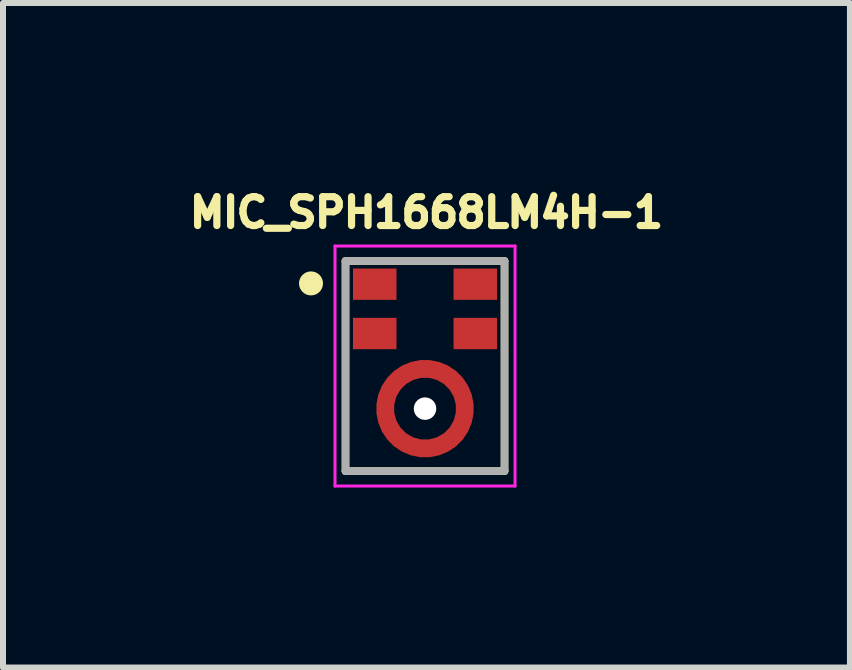
<source format=kicad_pcb>
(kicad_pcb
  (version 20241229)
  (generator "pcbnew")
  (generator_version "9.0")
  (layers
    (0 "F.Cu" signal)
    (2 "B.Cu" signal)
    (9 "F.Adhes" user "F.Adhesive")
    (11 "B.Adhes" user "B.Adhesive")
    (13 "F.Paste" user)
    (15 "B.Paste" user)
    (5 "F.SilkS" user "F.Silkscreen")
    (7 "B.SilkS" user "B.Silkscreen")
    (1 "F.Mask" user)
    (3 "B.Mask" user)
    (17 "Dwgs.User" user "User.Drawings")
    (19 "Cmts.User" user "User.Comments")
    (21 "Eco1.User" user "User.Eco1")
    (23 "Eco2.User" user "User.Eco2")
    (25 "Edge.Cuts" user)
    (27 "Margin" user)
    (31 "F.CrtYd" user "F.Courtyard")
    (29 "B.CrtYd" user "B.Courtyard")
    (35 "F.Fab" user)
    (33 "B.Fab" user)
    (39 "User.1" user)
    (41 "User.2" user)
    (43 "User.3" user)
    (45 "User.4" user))
  (footprint "MIC_SPH1668LM4H-1"
    (layer "F.Cu")
    (at 4.033 3.05)
    (property "Reference" "MIC_SPH1668LM4H-1" (at 0.024 -2.558 0) (layer "F.SilkS") (effects (font (size 0.481 0.481) (thickness 0.12))))
    (attr smd)
    (fp_circle (center 0 0.71) (end 0.662 0.71) (stroke (width 0.3) (type solid)) (fill no) (layer "F.Mask"))
    (fp_line (start -1.325 -1.75) (end -1.325 1.75) (stroke (width 0.127) (type solid)) (layer "F.SilkS"))
    (fp_line (start -1.325 1.75) (end 1.325 1.75) (stroke (width 0.127) (type solid)) (layer "F.SilkS"))
    (fp_line (start 1.325 -1.75) (end -1.325 -1.75) (stroke (width 0.127) (type solid)) (layer "F.SilkS"))
    (fp_line (start 1.325 1.75) (end 1.325 -1.75) (stroke (width 0.127) (type solid)) (layer "F.SilkS"))
    (fp_circle (center -1.9 -1.377) (end -1.8 -1.377) (stroke (width 0.2) (type solid)) (fill no) (layer "F.SilkS"))
    (fp_poly (pts (xy -0.396 1.035) (xy -0.409 1.019) (xy -0.423 0.999) (xy -0.436 0.98) (xy -0.448 0.959) (xy -0.459 0.938) (xy -0.47 0.917) (xy -0.479 0.895) (xy -0.487 0.873) (xy -0.494 0.85) (xy -0.5 0.827) (xy -0.505 0.804) (xy -0.509 0.781) (xy -0.511 0.757) (xy -0.513 0.734) (xy -0.514 0.71) (xy -0.513 0.686) (xy -0.511 0.663) (xy -0.509 0.639) (xy -0.505 0.616) (xy -0.5 0.593) (xy -0.494 0.57) (xy -0.487 0.547) (xy -0.479 0.525) (xy -0.47 0.503) (xy -0.459 0.482) (xy -0.448 0.461) (xy -0.436 0.44) (xy -0.423 0.421) (xy -0.409 0.401) (xy -0.396 0.385) (xy -0.608 0.173) (xy -0.633 0.202) (xy -0.657 0.233) (xy -0.68 0.265) (xy -0.701 0.298) (xy -0.72 0.333) (xy -0.738 0.368) (xy -0.753 0.404) (xy -0.768 0.44) (xy -0.78 0.478) (xy -0.79 0.516) (xy -0.799 0.554) (xy -0.806 0.593) (xy -0.81 0.632) (xy -0.813 0.671) (xy -0.814 0.71) (xy -0.813 0.749) (xy -0.81 0.788) (xy -0.806 0.827) (xy -0.799 0.866) (xy -0.79 0.904) (xy -0.78 0.942) (xy -0.768 0.98) (xy -0.753 1.016) (xy -0.738 1.052) (xy -0.72 1.087) (xy -0.701 1.122) (xy -0.68 1.155) (xy -0.657 1.187) (xy -0.633 1.218) (xy -0.608 1.247) (xy -0.396 1.035) (xy -0.396 1.035)) (stroke (width 0.001) (type solid)) (fill yes) (layer "F.Paste"))
    (fp_poly (pts (xy -0.325 0.314) (xy -0.309 0.301) (xy -0.289 0.287) (xy -0.27 0.274) (xy -0.249 0.262) (xy -0.228 0.251) (xy -0.207 0.24) (xy -0.185 0.231) (xy -0.163 0.223) (xy -0.14 0.216) (xy -0.117 0.21) (xy -0.094 0.205) (xy -0.071 0.201) (xy -0.047 0.199) (xy -0.024 0.197) (xy 0 0.196) (xy 0.024 0.197) (xy 0.047 0.199) (xy 0.071 0.201) (xy 0.094 0.205) (xy 0.117 0.21) (xy 0.14 0.216) (xy 0.163 0.223) (xy 0.185 0.231) (xy 0.207 0.24) (xy 0.228 0.251) (xy 0.249 0.262) (xy 0.27 0.274) (xy 0.289 0.287) (xy 0.309 0.301) (xy 0.325 0.314) (xy 0.537 0.102) (xy 0.508 0.077) (xy 0.477 0.053) (xy 0.445 0.03) (xy 0.412 0.009) (xy 0.377 -0.01) (xy 0.342 -0.028) (xy 0.306 -0.043) (xy 0.27 -0.058) (xy 0.232 -0.07) (xy 0.194 -0.08) (xy 0.156 -0.089) (xy 0.117 -0.096) (xy 0.078 -0.1) (xy 0.039 -0.103) (xy 0 -0.104) (xy -0.039 -0.103) (xy -0.078 -0.1) (xy -0.117 -0.096) (xy -0.156 -0.089) (xy -0.194 -0.08) (xy -0.232 -0.07) (xy -0.27 -0.058) (xy -0.306 -0.043) (xy -0.342 -0.028) (xy -0.377 -0.01) (xy -0.412 0.009) (xy -0.445 0.03) (xy -0.477 0.053) (xy -0.508 0.077) (xy -0.537 0.102) (xy -0.325 0.314) (xy -0.325 0.314)) (stroke (width 0.001) (type solid)) (fill yes) (layer "F.Paste"))
    (fp_poly (pts (xy 0.325 1.106) (xy 0.309 1.119) (xy 0.289 1.133) (xy 0.27 1.146) (xy 0.249 1.158) (xy 0.228 1.169) (xy 0.207 1.18) (xy 0.185 1.189) (xy 0.163 1.197) (xy 0.14 1.204) (xy 0.117 1.21) (xy 0.094 1.215) (xy 0.071 1.219) (xy 0.047 1.221) (xy 0.024 1.223) (xy 0 1.224) (xy -0.024 1.223) (xy -0.047 1.221) (xy -0.071 1.219) (xy -0.094 1.215) (xy -0.117 1.21) (xy -0.14 1.204) (xy -0.163 1.197) (xy -0.185 1.189) (xy -0.207 1.18) (xy -0.228 1.169) (xy -0.249 1.158) (xy -0.27 1.146) (xy -0.289 1.133) (xy -0.309 1.119) (xy -0.325 1.106) (xy -0.537 1.318) (xy -0.508 1.343) (xy -0.477 1.367) (xy -0.445 1.39) (xy -0.412 1.411) (xy -0.377 1.43) (xy -0.342 1.448) (xy -0.306 1.463) (xy -0.27 1.478) (xy -0.232 1.49) (xy -0.194 1.5) (xy -0.156 1.509) (xy -0.117 1.516) (xy -0.078 1.52) (xy -0.039 1.523) (xy 0 1.524) (xy 0.039 1.523) (xy 0.078 1.52) (xy 0.117 1.516) (xy 0.156 1.509) (xy 0.194 1.5) (xy 0.232 1.49) (xy 0.27 1.478) (xy 0.306 1.463) (xy 0.342 1.448) (xy 0.377 1.43) (xy 0.412 1.411) (xy 0.445 1.39) (xy 0.477 1.367) (xy 0.508 1.343) (xy 0.537 1.318) (xy 0.325 1.106) (xy 0.325 1.106)) (stroke (width 0.001) (type solid)) (fill yes) (layer "F.Paste"))
    (fp_poly (pts (xy 0.396 0.385) (xy 0.409 0.401) (xy 0.423 0.421) (xy 0.436 0.44) (xy 0.448 0.461) (xy 0.459 0.482) (xy 0.47 0.503) (xy 0.479 0.525) (xy 0.487 0.547) (xy 0.494 0.57) (xy 0.5 0.593) (xy 0.505 0.616) (xy 0.509 0.639) (xy 0.511 0.663) (xy 0.513 0.686) (xy 0.514 0.71) (xy 0.513 0.734) (xy 0.511 0.757) (xy 0.509 0.781) (xy 0.505 0.804) (xy 0.5 0.827) (xy 0.494 0.85) (xy 0.487 0.873) (xy 0.479 0.895) (xy 0.47 0.917) (xy 0.459 0.938) (xy 0.448 0.959) (xy 0.436 0.98) (xy 0.423 0.999) (xy 0.409 1.019) (xy 0.396 1.035) (xy 0.608 1.247) (xy 0.633 1.218) (xy 0.657 1.187) (xy 0.68 1.155) (xy 0.701 1.122) (xy 0.72 1.087) (xy 0.738 1.052) (xy 0.753 1.016) (xy 0.768 0.98) (xy 0.78 0.942) (xy 0.79 0.904) (xy 0.799 0.866) (xy 0.806 0.827) (xy 0.81 0.788) (xy 0.813 0.749) (xy 0.814 0.71) (xy 0.813 0.671) (xy 0.81 0.632) (xy 0.806 0.593) (xy 0.799 0.554) (xy 0.79 0.516) (xy 0.78 0.478) (xy 0.768 0.44) (xy 0.753 0.404) (xy 0.738 0.368) (xy 0.72 0.333) (xy 0.701 0.298) (xy 0.68 0.265) (xy 0.657 0.233) (xy 0.633 0.202) (xy 0.608 0.173) (xy 0.396 0.385) (xy 0.396 0.385)) (stroke (width 0.001) (type solid)) (fill yes) (layer "F.Paste"))
    (fp_line (start -1.5 -2) (end -1.5 2) (stroke (width 0.05) (type solid)) (layer "F.CrtYd"))
    (fp_line (start -1.5 2) (end 1.5 2) (stroke (width 0.05) (type solid)) (layer "F.CrtYd"))
    (fp_line (start 1.5 -2) (end -1.5 -2) (stroke (width 0.05) (type solid)) (layer "F.CrtYd"))
    (fp_line (start 1.5 2) (end 1.5 -2) (stroke (width 0.05) (type solid)) (layer "F.CrtYd"))
    (fp_line (start -1.325 -1.75) (end -1.325 1.75) (stroke (width 0.127) (type solid)) (layer "F.Fab"))
    (fp_line (start -1.325 1.75) (end 1.325 1.75) (stroke (width 0.127) (type solid)) (layer "F.Fab"))
    (fp_line (start 1.325 -1.75) (end -1.325 -1.75) (stroke (width 0.127) (type solid)) (layer "F.Fab"))
    (fp_line (start 1.325 1.75) (end 1.325 -1.75) (stroke (width 0.127) (type solid)) (layer "F.Fab"))
    (pad "" np_thru_hole circle (at 0 0.71) (size 0.375 0.375) (drill 0.375) (layers "*.Cu" "*.Mask"))
    (pad "1" smd rect (at -0.838 -1.364) (size 0.725 0.522) (layers "F.Cu" "F.Mask" "F.Paste"))
    (pad "2" smd rect (at -0.838 -0.542) (size 0.725 0.522) (layers "F.Cu" "F.Mask" "F.Paste"))
    (pad "3" smd custom (at -0.657 0.715) (size 0.1 0.1) (layers "F.Cu") (options (anchor circle)) (primitives (gr_circle (center 0.657 -0.005) (end 1.32 -0.005) (width 0.3) (fill no))))
    (pad "4" smd rect (at 0.838 -0.542) (size 0.725 0.522) (layers "F.Cu" "F.Mask" "F.Paste"))
    (pad "5" smd rect (at 0.838 -1.364) (size 0.725 0.522) (layers "F.Cu" "F.Mask" "F.Paste")))
  (gr_rect
    (start -3 -3)
    (end 11.114 8.075)
    (stroke (width 0.1) (type default))
    (fill no)
    (layer "Edge.Cuts")))
</source>
